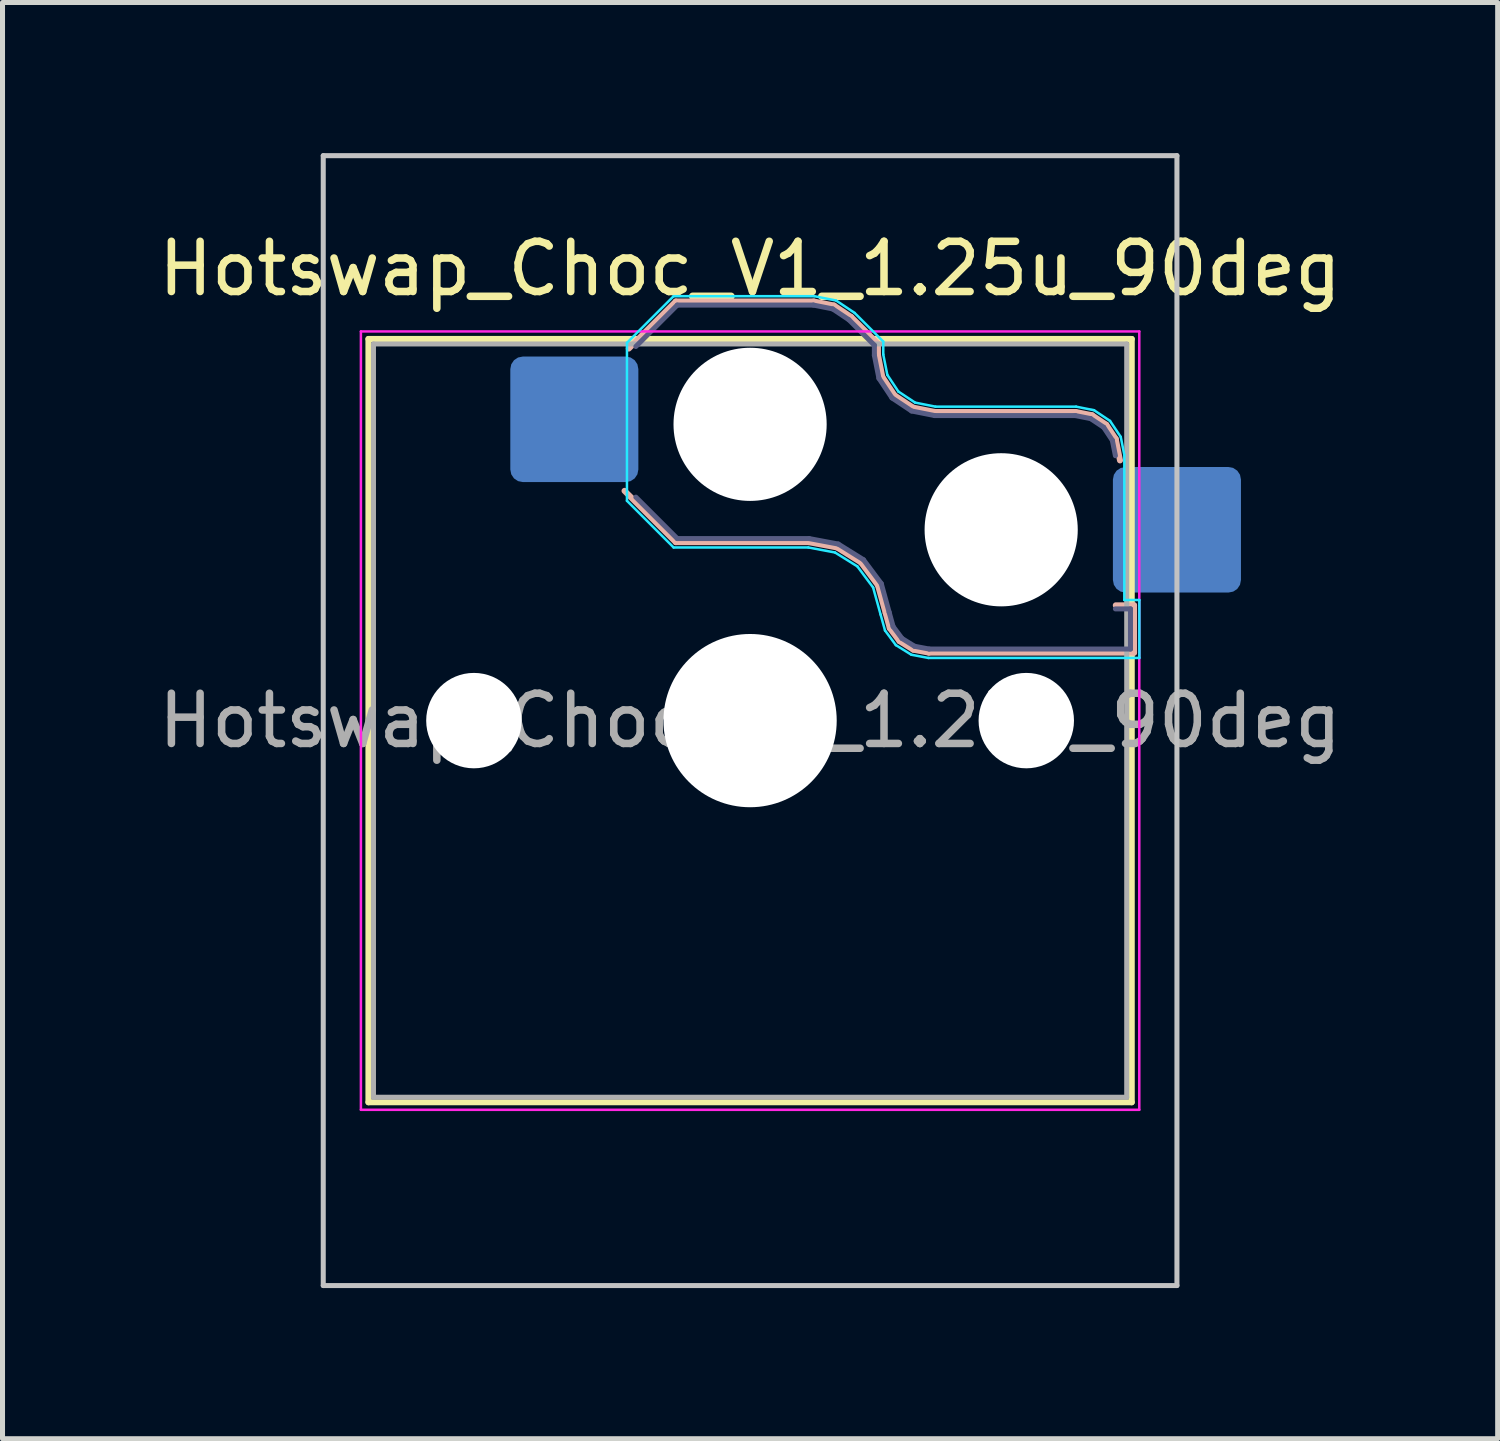
<source format=kicad_pcb>
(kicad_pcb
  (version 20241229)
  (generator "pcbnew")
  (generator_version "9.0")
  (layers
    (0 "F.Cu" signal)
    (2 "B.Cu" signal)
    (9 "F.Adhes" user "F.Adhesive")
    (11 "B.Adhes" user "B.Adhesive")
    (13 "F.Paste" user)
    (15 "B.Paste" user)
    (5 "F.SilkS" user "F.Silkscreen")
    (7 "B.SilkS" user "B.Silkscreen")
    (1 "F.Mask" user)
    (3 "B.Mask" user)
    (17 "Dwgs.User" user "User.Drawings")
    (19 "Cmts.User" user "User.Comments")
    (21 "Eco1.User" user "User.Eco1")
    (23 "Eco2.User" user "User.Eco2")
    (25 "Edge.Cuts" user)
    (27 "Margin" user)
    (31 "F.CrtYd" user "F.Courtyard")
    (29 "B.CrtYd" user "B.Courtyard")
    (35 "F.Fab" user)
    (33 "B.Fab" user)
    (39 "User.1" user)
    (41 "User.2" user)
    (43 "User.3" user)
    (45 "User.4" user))
  (footprint "Hotswap_Choc_V1_1.25u_90deg"
    (layer "F.Cu")
    (at 11.887 11.3)
    (property "Reference" "Hotswap_Choc_V1_1.25u_90deg" (at 0 -9 0) (layer "F.SilkS") (effects (font (size 1 1) (thickness 0.15))))
    (attr smd)
    (fp_line (start -7.6 -7.6) (end -7.6 7.6) (stroke (width 0.12) (type solid)) (layer "F.SilkS"))
    (fp_line (start -7.6 7.6) (end 7.6 7.6) (stroke (width 0.12) (type solid)) (layer "F.SilkS"))
    (fp_line (start 7.6 -7.6) (end -7.6 -7.6) (stroke (width 0.12) (type solid)) (layer "F.SilkS"))
    (fp_line (start 7.6 7.6) (end 7.6 -7.6) (stroke (width 0.12) (type solid)) (layer "F.SilkS"))
    (fp_line (start -2.416 -7.409) (end -1.479 -8.346) (stroke (width 0.12) (type solid)) (layer "B.SilkS"))
    (fp_line (start -1.479 -8.346) (end 1.268 -8.346) (stroke (width 0.12) (type solid)) (layer "B.SilkS"))
    (fp_line (start -1.479 -3.554) (end -2.5 -4.575) (stroke (width 0.12) (type solid)) (layer "B.SilkS"))
    (fp_line (start 1.168 -3.554) (end -1.479 -3.554) (stroke (width 0.12) (type solid)) (layer "B.SilkS"))
    (fp_line (start 1.268 -8.346) (end 1.671 -8.266) (stroke (width 0.12) (type solid)) (layer "B.SilkS"))
    (fp_line (start 1.671 -8.266) (end 2.013 -8.037) (stroke (width 0.12) (type solid)) (layer "B.SilkS"))
    (fp_line (start 1.73 -3.449) (end 1.168 -3.554) (stroke (width 0.12) (type solid)) (layer "B.SilkS"))
    (fp_line (start 2.013 -8.037) (end 2.546 -7.504) (stroke (width 0.12) (type solid)) (layer "B.SilkS"))
    (fp_line (start 2.209 -3.15) (end 1.73 -3.449) (stroke (width 0.12) (type solid)) (layer "B.SilkS"))
    (fp_line (start 2.546 -7.504) (end 2.546 -7.282) (stroke (width 0.12) (type solid)) (layer "B.SilkS"))
    (fp_line (start 2.546 -7.282) (end 2.633 -6.844) (stroke (width 0.12) (type solid)) (layer "B.SilkS"))
    (fp_line (start 2.547 -2.697) (end 2.209 -3.15) (stroke (width 0.12) (type solid)) (layer "B.SilkS"))
    (fp_line (start 2.633 -6.844) (end 2.877 -6.477) (stroke (width 0.12) (type solid)) (layer "B.SilkS"))
    (fp_line (start 2.701 -2.139) (end 2.547 -2.697) (stroke (width 0.12) (type solid)) (layer "B.SilkS"))
    (fp_line (start 2.783 -1.841) (end 2.701 -2.139) (stroke (width 0.12) (type solid)) (layer "B.SilkS"))
    (fp_line (start 2.877 -6.477) (end 3.244 -6.233) (stroke (width 0.12) (type solid)) (layer "B.SilkS"))
    (fp_line (start 2.976 -1.583) (end 2.783 -1.841) (stroke (width 0.12) (type solid)) (layer "B.SilkS"))
    (fp_line (start 3.244 -6.233) (end 3.682 -6.146) (stroke (width 0.12) (type solid)) (layer "B.SilkS"))
    (fp_line (start 3.25 -1.413) (end 2.976 -1.583) (stroke (width 0.12) (type solid)) (layer "B.SilkS"))
    (fp_line (start 3.56 -1.354) (end 3.25 -1.413) (stroke (width 0.12) (type solid)) (layer "B.SilkS"))
    (fp_line (start 3.682 -6.146) (end 6.482 -6.146) (stroke (width 0.12) (type solid)) (layer "B.SilkS"))
    (fp_line (start 6.482 -6.146) (end 6.809 -6.081) (stroke (width 0.12) (type solid)) (layer "B.SilkS"))
    (fp_line (start 6.809 -6.081) (end 7.092 -5.892) (stroke (width 0.12) (type solid)) (layer "B.SilkS"))
    (fp_line (start 7.092 -5.892) (end 7.281 -5.609) (stroke (width 0.12) (type solid)) (layer "B.SilkS"))
    (fp_line (start 7.281 -5.609) (end 7.366 -5.182) (stroke (width 0.12) (type solid)) (layer "B.SilkS"))
    (fp_line (start 7.283 -2.296) (end 7.646 -2.296) (stroke (width 0.12) (type solid)) (layer "B.SilkS"))
    (fp_line (start 7.646 -2.296) (end 7.646 -1.354) (stroke (width 0.12) (type solid)) (layer "B.SilkS"))
    (fp_line (start 7.646 -1.354) (end 3.56 -1.354) (stroke (width 0.12) (type solid)) (layer "B.SilkS"))
    (fp_line (start -8.5 -11.25) (end 8.5 -11.25) (stroke (width 0.1) (type solid)) (layer "Dwgs.User"))
    (fp_line (start -8.5 11.25) (end -8.5 -11.25) (stroke (width 0.1) (type solid)) (layer "Dwgs.User"))
    (fp_line (start 8.5 -11.25) (end 8.5 11.25) (stroke (width 0.1) (type solid)) (layer "Dwgs.User"))
    (fp_line (start 8.5 11.25) (end -8.5 11.25) (stroke (width 0.1) (type solid)) (layer "Dwgs.User"))
    (fp_line (start -7.25 -7.25) (end -7.25 7.25) (stroke (width 0.1) (type solid)) (layer "Eco1.User"))
    (fp_line (start -7.25 7.25) (end 7.25 7.25) (stroke (width 0.1) (type solid)) (layer "Eco1.User"))
    (fp_line (start 7.25 -7.25) (end -7.25 -7.25) (stroke (width 0.1) (type solid)) (layer "Eco1.User"))
    (fp_line (start 7.25 7.25) (end 7.25 -7.25) (stroke (width 0.1) (type solid)) (layer "Eco1.User"))
    (fp_line (start -2.452 -7.523) (end -1.523 -8.452) (stroke (width 0.05) (type solid)) (layer "B.CrtYd"))
    (fp_line (start -2.452 -4.377) (end -2.452 -7.523) (stroke (width 0.05) (type solid)) (layer "B.CrtYd"))
    (fp_line (start -1.523 -8.452) (end 1.278 -8.452) (stroke (width 0.05) (type solid)) (layer "B.CrtYd"))
    (fp_line (start -1.523 -3.448) (end -2.452 -4.377) (stroke (width 0.05) (type solid)) (layer "B.CrtYd"))
    (fp_line (start 1.159 -3.448) (end -1.523 -3.448) (stroke (width 0.05) (type solid)) (layer "B.CrtYd"))
    (fp_line (start 1.278 -8.452) (end 1.712 -8.366) (stroke (width 0.05) (type solid)) (layer "B.CrtYd"))
    (fp_line (start 1.691 -3.348) (end 1.159 -3.448) (stroke (width 0.05) (type solid)) (layer "B.CrtYd"))
    (fp_line (start 1.712 -8.366) (end 2.081 -8.119) (stroke (width 0.05) (type solid)) (layer "B.CrtYd"))
    (fp_line (start 2.081 -8.119) (end 2.652 -7.548) (stroke (width 0.05) (type solid)) (layer "B.CrtYd"))
    (fp_line (start 2.136 -3.071) (end 1.691 -3.348) (stroke (width 0.05) (type solid)) (layer "B.CrtYd"))
    (fp_line (start 2.45 -2.65) (end 2.136 -3.071) (stroke (width 0.05) (type solid)) (layer "B.CrtYd"))
    (fp_line (start 2.599 -2.111) (end 2.45 -2.65) (stroke (width 0.05) (type solid)) (layer "B.CrtYd"))
    (fp_line (start 2.652 -7.548) (end 2.652 -7.292) (stroke (width 0.05) (type solid)) (layer "B.CrtYd"))
    (fp_line (start 2.652 -7.292) (end 2.733 -6.885) (stroke (width 0.05) (type solid)) (layer "B.CrtYd"))
    (fp_line (start 2.687 -1.794) (end 2.599 -2.111) (stroke (width 0.05) (type solid)) (layer "B.CrtYd"))
    (fp_line (start 2.733 -6.885) (end 2.953 -6.553) (stroke (width 0.05) (type solid)) (layer "B.CrtYd"))
    (fp_line (start 2.903 -1.503) (end 2.687 -1.794) (stroke (width 0.05) (type solid)) (layer "B.CrtYd"))
    (fp_line (start 2.953 -6.553) (end 3.285 -6.333) (stroke (width 0.05) (type solid)) (layer "B.CrtYd"))
    (fp_line (start 3.211 -1.312) (end 2.903 -1.503) (stroke (width 0.05) (type solid)) (layer "B.CrtYd"))
    (fp_line (start 3.285 -6.333) (end 3.692 -6.252) (stroke (width 0.05) (type solid)) (layer "B.CrtYd"))
    (fp_line (start 3.55 -1.248) (end 3.211 -1.312) (stroke (width 0.05) (type solid)) (layer "B.CrtYd"))
    (fp_line (start 3.692 -6.252) (end 6.492 -6.252) (stroke (width 0.05) (type solid)) (layer "B.CrtYd"))
    (fp_line (start 6.492 -6.252) (end 6.85 -6.181) (stroke (width 0.05) (type solid)) (layer "B.CrtYd"))
    (fp_line (start 6.85 -6.181) (end 7.168 -5.968) (stroke (width 0.05) (type solid)) (layer "B.CrtYd"))
    (fp_line (start 7.168 -5.968) (end 7.381 -5.65) (stroke (width 0.05) (type solid)) (layer "B.CrtYd"))
    (fp_line (start 7.381 -5.65) (end 7.452 -5.292) (stroke (width 0.05) (type solid)) (layer "B.CrtYd"))
    (fp_line (start 7.452 -5.292) (end 7.452 -2.402) (stroke (width 0.05) (type solid)) (layer "B.CrtYd"))
    (fp_line (start 7.452 -2.402) (end 7.752 -2.402) (stroke (width 0.05) (type solid)) (layer "B.CrtYd"))
    (fp_line (start 7.752 -2.402) (end 7.752 -1.248) (stroke (width 0.05) (type solid)) (layer "B.CrtYd"))
    (fp_line (start 7.752 -1.248) (end 3.55 -1.248) (stroke (width 0.05) (type solid)) (layer "B.CrtYd"))
    (fp_line (start -7.75 -7.75) (end -7.75 7.75) (stroke (width 0.05) (type solid)) (layer "F.CrtYd"))
    (fp_line (start -7.75 7.75) (end 7.75 7.75) (stroke (width 0.05) (type solid)) (layer "F.CrtYd"))
    (fp_line (start 7.75 -7.75) (end -7.75 -7.75) (stroke (width 0.05) (type solid)) (layer "F.CrtYd"))
    (fp_line (start 7.75 7.75) (end 7.75 -7.75) (stroke (width 0.05) (type solid)) (layer "F.CrtYd"))
    (fp_line (start -2.275 -7.45) (end -1.45 -8.275) (stroke (width 0.1) (type solid)) (layer "B.Fab"))
    (fp_line (start -1.45 -8.275) (end 1.261 -8.275) (stroke (width 0.1) (type solid)) (layer "B.Fab"))
    (fp_line (start -1.45 -3.625) (end -2.275 -4.45) (stroke (width 0.1) (type solid)) (layer "B.Fab"))
    (fp_line (start 1.175 -3.625) (end -1.45 -3.625) (stroke (width 0.1) (type solid)) (layer "B.Fab"))
    (fp_line (start 1.261 -8.275) (end 1.643 -8.199) (stroke (width 0.1) (type solid)) (layer "B.Fab"))
    (fp_line (start 1.643 -8.199) (end 1.968 -7.982) (stroke (width 0.1) (type solid)) (layer "B.Fab"))
    (fp_line (start 1.756 -3.516) (end 1.175 -3.625) (stroke (width 0.1) (type solid)) (layer "B.Fab"))
    (fp_line (start 1.968 -7.982) (end 2.475 -7.475) (stroke (width 0.1) (type solid)) (layer "B.Fab"))
    (fp_line (start 2.258 -3.203) (end 1.756 -3.516) (stroke (width 0.1) (type solid)) (layer "B.Fab"))
    (fp_line (start 2.475 -7.475) (end 2.475 -7.275) (stroke (width 0.1) (type solid)) (layer "B.Fab"))
    (fp_line (start 2.475 -7.275) (end 2.566 -6.816) (stroke (width 0.1) (type solid)) (layer "B.Fab"))
    (fp_line (start 2.566 -6.816) (end 2.826 -6.426) (stroke (width 0.1) (type solid)) (layer "B.Fab"))
    (fp_line (start 2.612 -2.729) (end 2.258 -3.203) (stroke (width 0.1) (type solid)) (layer "B.Fab"))
    (fp_line (start 2.769 -2.158) (end 2.612 -2.729) (stroke (width 0.1) (type solid)) (layer "B.Fab"))
    (fp_line (start 2.826 -6.426) (end 3.216 -6.166) (stroke (width 0.1) (type solid)) (layer "B.Fab"))
    (fp_line (start 2.848 -1.873) (end 2.769 -2.158) (stroke (width 0.1) (type solid)) (layer "B.Fab"))
    (fp_line (start 3.025 -1.636) (end 2.848 -1.873) (stroke (width 0.1) (type solid)) (layer "B.Fab"))
    (fp_line (start 3.216 -6.166) (end 3.675 -6.075) (stroke (width 0.1) (type solid)) (layer "B.Fab"))
    (fp_line (start 3.276 -1.48) (end 3.025 -1.636) (stroke (width 0.1) (type solid)) (layer "B.Fab"))
    (fp_line (start 3.567 -1.425) (end 3.276 -1.48) (stroke (width 0.1) (type solid)) (layer "B.Fab"))
    (fp_line (start 3.675 -6.075) (end 6.475 -6.075) (stroke (width 0.1) (type solid)) (layer "B.Fab"))
    (fp_line (start 6.475 -6.075) (end 6.781 -6.014) (stroke (width 0.1) (type solid)) (layer "B.Fab"))
    (fp_line (start 6.781 -6.014) (end 7.041 -5.841) (stroke (width 0.1) (type solid)) (layer "B.Fab"))
    (fp_line (start 7.041 -5.841) (end 7.214 -5.581) (stroke (width 0.1) (type solid)) (layer "B.Fab"))
    (fp_line (start 7.214 -5.581) (end 7.275 -5.275) (stroke (width 0.1) (type solid)) (layer "B.Fab"))
    (fp_line (start 7.275 -2.225) (end 7.575 -2.225) (stroke (width 0.1) (type solid)) (layer "B.Fab"))
    (fp_line (start 7.575 -2.225) (end 7.575 -1.425) (stroke (width 0.1) (type solid)) (layer "B.Fab"))
    (fp_line (start 7.575 -1.425) (end 3.567 -1.425) (stroke (width 0.1) (type solid)) (layer "B.Fab"))
    (fp_line (start -7.5 -7.5) (end -7.5 7.5) (stroke (width 0.1) (type solid)) (layer "F.Fab"))
    (fp_line (start -7.5 7.5) (end 7.5 7.5) (stroke (width 0.1) (type solid)) (layer "F.Fab"))
    (fp_line (start 7.5 -7.5) (end -7.5 -7.5) (stroke (width 0.1) (type solid)) (layer "F.Fab"))
    (fp_line (start 7.5 7.5) (end 7.5 -7.5) (stroke (width 0.1) (type solid)) (layer "F.Fab"))
    (fp_text user "${REFERENCE}" (at 0 0 0) (layer "F.Fab") (effects (font (size 1 1) (thickness 0.15))))
    (pad "" np_thru_hole circle (at -5.5 0) (size 1.9 1.9) (drill 1.9) (layers "*.Cu" "*.Mask"))
    (pad "" np_thru_hole circle (at 0 -5.9) (size 3.05 3.05) (drill 3.05) (layers "*.Cu" "*.Mask"))
    (pad "" np_thru_hole circle (at 0 0) (size 3.45 3.45) (drill 3.45) (layers "*.Cu" "*.Mask"))
    (pad "" np_thru_hole circle (at 5 -3.8) (size 3.05 3.05) (drill 3.05) (layers "*.Cu" "*.Mask"))
    (pad "" np_thru_hole circle (at 5.5 0) (size 1.9 1.9) (drill 1.9) (layers "*.Cu" "*.Mask"))
    (pad "1" smd roundrect (at -3.5 -6) (size 2.55 2.5) (layers "B.Cu" "B.Mask" "B.Paste") (roundrect_rratio 0.1))
    (pad "2" smd roundrect (at 8.5 -3.8) (size 2.55 2.5) (layers "B.Cu" "B.Mask" "B.Paste") (roundrect_rratio 0.1)))
  (gr_rect
    (start -3 -3)
    (end 26.774 25.6)
    (stroke (width 0.1) (type default))
    (fill no)
    (layer "Edge.Cuts")))
</source>
